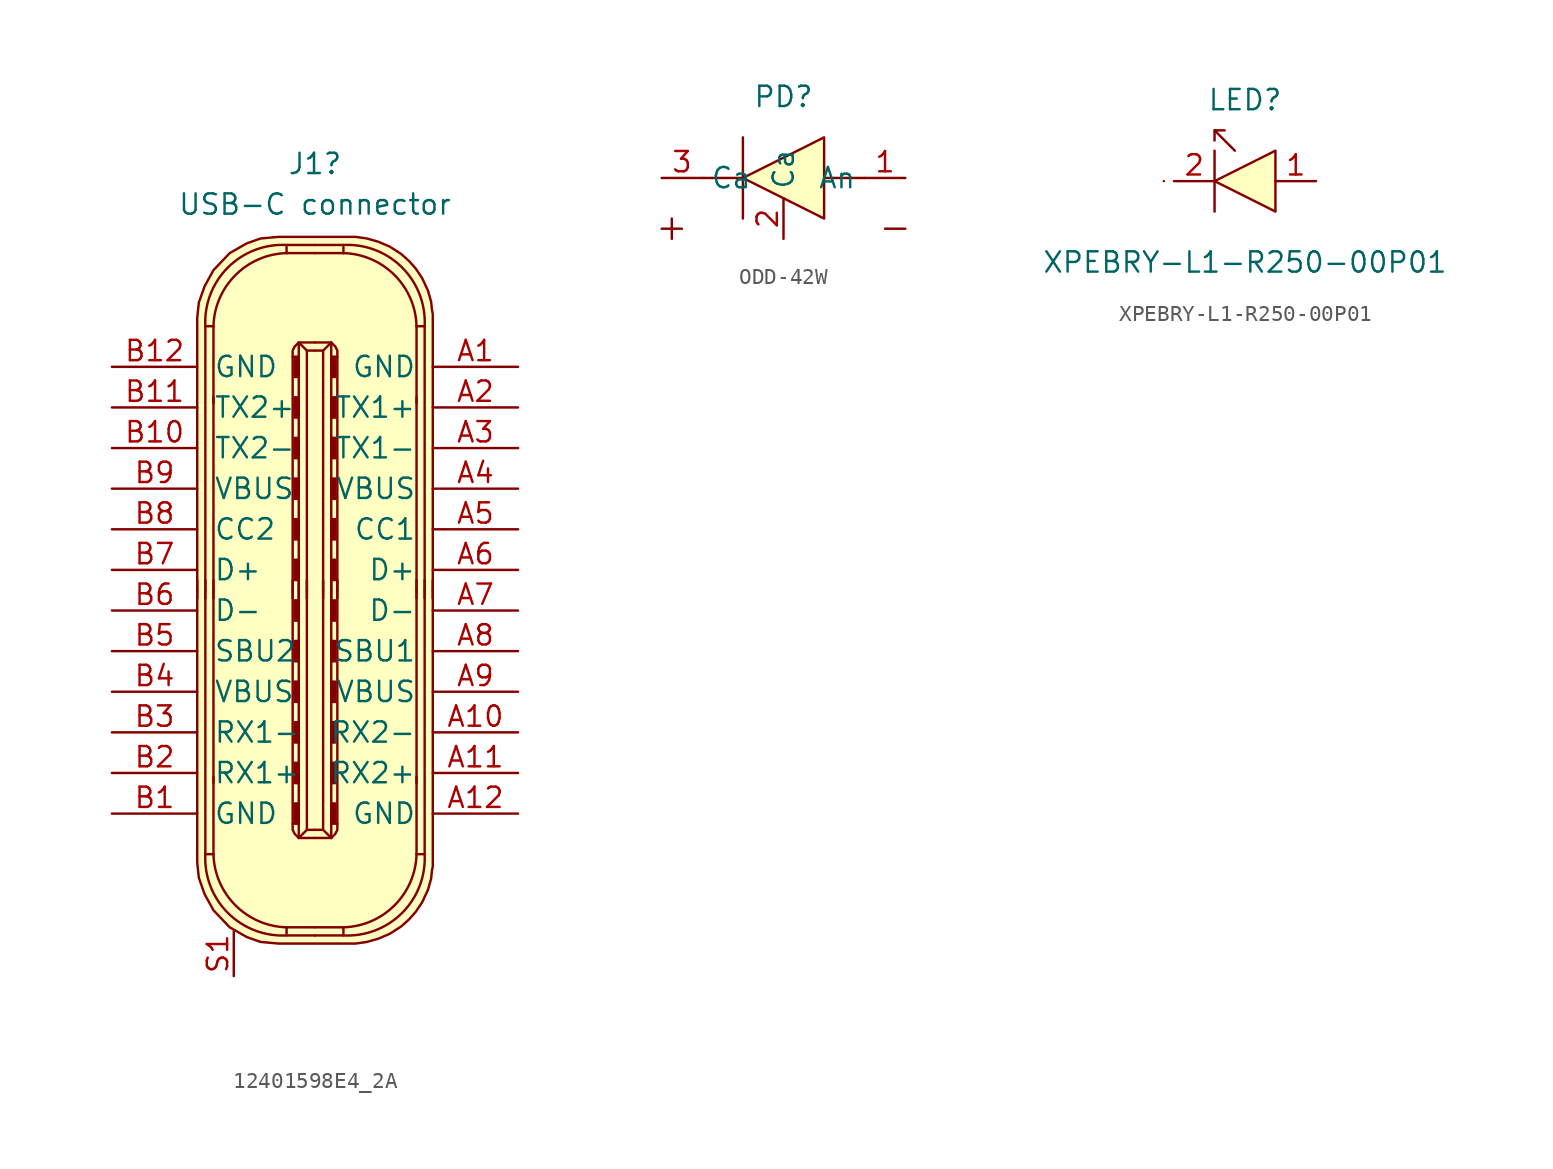
<source format=kicad_sym>
(kicad_symbol_lib
  (version 20220914)
  (generator kicad_symbol_editor)
  (symbol "12401598E4_2A"
    (pin_names
      (offset 1.016))
    (property "Reference" "J1"
      (at 0 26.67 0)
      (effects (font (size 1.27 1.27))))
    (property "Value" "USB-C connector"
      (at 0 24.13 0)
      (effects (font (size 1.27 1.27))))
    (symbol "12401598E4_2A_1_1"
      (arc (start -6.858 -16.51) (mid -5.4492 -20.1812) (end -1.778 -21.59) (stroke (width 0) (type default)) (fill (type none)))
      (arc (start -6.35 -16.51) (mid -4.9749 -19.7069) (end -1.778 -21.082) (stroke (width 0) (type default)) (fill (type none)))
      (arc (start -1.778 21.082) (mid -4.9749 19.7069) (end -6.35 16.51) (stroke (width 0) (type default)) (fill (type none)))
      (arc (start -1.778 21.59) (mid -5.4492 20.1812) (end -6.858 16.51) (stroke (width 0) (type default)) (fill (type none)))
      (rectangle (start -1.27 -14.605) (end -1.016 -13.335) (stroke (width 0) (type default)) (fill (type outline)))
      (rectangle (start -1.27 -12.065) (end -1.016 -10.795) (stroke (width 0) (type default)) (fill (type outline)))
      (rectangle (start -1.27 -9.525) (end -1.016 -8.255) (stroke (width 0) (type default)) (fill (type outline)))
      (rectangle (start -1.27 -6.985) (end -1.016 -5.715) (stroke (width 0) (type default)) (fill (type outline)))
      (rectangle (start -1.27 -4.445) (end -1.016 -3.175) (stroke (width 0) (type default)) (fill (type outline)))
      (rectangle (start -1.27 -1.905) (end -1.016 -0.635) (stroke (width 0) (type default)) (fill (type outline)))
      (rectangle (start -1.27 1.905) (end -1.016 0.635) (stroke (width 0) (type default)) (fill (type outline)))
      (rectangle (start -1.27 4.445) (end -1.016 3.175) (stroke (width 0) (type default)) (fill (type outline)))
      (rectangle (start -1.27 6.985) (end -1.016 5.715) (stroke (width 0) (type default)) (fill (type outline)))
      (rectangle (start -1.27 9.525) (end -1.016 8.255) (stroke (width 0) (type default)) (fill (type outline)))
      (rectangle (start -1.27 12.065) (end -1.016 10.795) (stroke (width 0) (type default)) (fill (type outline)))
      (rectangle (start -1.27 14.605) (end -1.016 13.335) (stroke (width 0) (type default)) (fill (type outline)))
      (polyline (pts (xy -7.366 -0.508) (xy -7.366 0.635)) (stroke (width 0) (type default)) (fill (type none)))
      (polyline (pts (xy -6.858 -0.508) (xy -6.858 0.635)) (stroke (width 0) (type default)) (fill (type none)))
      (polyline (pts (xy -6.35 -12.065) (xy -6.35 0)) (stroke (width 0) (type default)) (fill (type none)))
      (polyline (pts (xy -6.35 -0.508) (xy -6.35 0.635)) (stroke (width 0) (type default)) (fill (type none)))
      (polyline (pts (xy -6.35 12.065) (xy -6.35 0)) (stroke (width 0) (type default)) (fill (type none)))
      (polyline (pts (xy -1.778 -21.59) (xy 0 -21.59)) (stroke (width 0) (type default)) (fill (type background)))
      (polyline (pts (xy -1.778 -21.082) (xy -1.778 -21.463)) (stroke (width 0) (type default)) (fill (type none)))
      (polyline (pts (xy -1.778 -21.082) (xy 0 -21.082)) (stroke (width 0) (type default)) (fill (type none)))
      (polyline (pts (xy -1.778 21.082) (xy -1.778 21.463)) (stroke (width 0) (type default)) (fill (type none)))
      (polyline (pts (xy -1.778 21.082) (xy 0 21.082)) (stroke (width 0) (type default)) (fill (type none)))
      (polyline (pts (xy -1.778 21.59) (xy 0 21.59)) (stroke (width 0) (type default)) (fill (type background)))
      (polyline (pts (xy -1.397 -0.508) (xy -1.397 0.635)) (stroke (width 0) (type default)) (fill (type none)))
      (polyline (pts (xy -1.397 0) (xy -1.397 -14.605)) (stroke (width 0) (type default)) (fill (type none)))
      (polyline (pts (xy -1.397 0) (xy -1.397 14.605)) (stroke (width 0) (type default)) (fill (type none)))
      (polyline (pts (xy -1.016 -0.508) (xy -1.016 0.635)) (stroke (width 0) (type default)) (fill (type none)))
      (polyline (pts (xy -0.508 -14.986) (xy -1.016 -15.494)) (stroke (width 0) (type default)) (fill (type none)))
      (polyline (pts (xy -0.508 -0.508) (xy -0.508 0.635)) (stroke (width 0) (type default)) (fill (type none)))
      (polyline (pts (xy -0.508 14.986) (xy -1.016 15.494)) (stroke (width 0) (type default)) (fill (type none)))
      (polyline (pts (xy 0.508 -14.986) (xy 1.016 -15.494)) (stroke (width 0) (type default)) (fill (type none)))
      (polyline (pts (xy 0.508 -0.508) (xy 0.508 0.635)) (stroke (width 0) (type default)) (fill (type none)))
      (polyline (pts (xy 0.508 14.986) (xy 1.016 15.494)) (stroke (width 0) (type default)) (fill (type none)))
      (polyline (pts (xy 1.016 -0.508) (xy 1.016 0.635)) (stroke (width 0) (type default)) (fill (type none)))
      (polyline (pts (xy 1.397 -0.508) (xy 1.397 0.635)) (stroke (width 0) (type default)) (fill (type none)))
      (polyline (pts (xy 1.397 0) (xy 1.397 -14.605)) (stroke (width 0) (type default)) (fill (type none)))
      (polyline (pts (xy 1.397 0) (xy 1.397 14.605)) (stroke (width 0) (type default)) (fill (type none)))
      (polyline (pts (xy 1.778 -21.59) (xy 0 -21.59)) (stroke (width 0) (type default)) (fill (type background)))
      (polyline (pts (xy 1.778 -21.082) (xy 0 -21.082)) (stroke (width 0) (type default)) (fill (type none)))
      (polyline (pts (xy 1.778 -21.082) (xy 1.778 -21.463)) (stroke (width 0) (type default)) (fill (type none)))
      (polyline (pts (xy 1.778 21.082) (xy 0 21.082)) (stroke (width 0) (type default)) (fill (type none)))
      (polyline (pts (xy 1.778 21.082) (xy 1.778 21.463)) (stroke (width 0) (type default)) (fill (type none)))
      (polyline (pts (xy 1.778 21.59) (xy 0 21.59)) (stroke (width 0) (type default)) (fill (type background)))
      (polyline (pts (xy 6.35 -12.065) (xy 6.35 0)) (stroke (width 0) (type default)) (fill (type none)))
      (polyline (pts (xy 6.35 -0.508) (xy 6.35 0.635)) (stroke (width 0) (type default)) (fill (type none)))
      (polyline (pts (xy 6.35 12.065) (xy 6.35 0)) (stroke (width 0) (type default)) (fill (type none)))
      (polyline (pts (xy 6.858 -0.508) (xy 6.858 0.635)) (stroke (width 0) (type default)) (fill (type none)))
      (polyline (pts (xy 7.366 -0.508) (xy 7.366 0.635)) (stroke (width 0) (type default)) (fill (type none)))
      (polyline (pts (xy -6.35 -16.51) (xy -6.858 -16.51) (xy -6.858 0)) (stroke (width 0) (type default)) (fill (type none)))
      (polyline (pts (xy -6.35 -11.684) (xy -6.35 -15.875) (xy -6.35 -16.51)) (stroke (width 0) (type default)) (fill (type none)))
      (polyline (pts (xy -6.35 11.684) (xy -6.35 15.875) (xy -6.35 16.51)) (stroke (width 0) (type default)) (fill (type none)))
      (polyline (pts (xy -6.35 16.51) (xy -6.858 16.51) (xy -6.858 0)) (stroke (width 0) (type default)) (fill (type none)))
      (polyline (pts (xy -1.016 0) (xy -1.016 -15.494) (xy 0 -15.494)) (stroke (width 0) (type default)) (fill (type none)))
      (polyline (pts (xy -1.016 0) (xy -1.016 15.494) (xy 0 15.494)) (stroke (width 0) (type default)) (fill (type none)))
      (polyline (pts (xy -0.508 0) (xy -0.508 -14.986) (xy 0 -14.986)) (stroke (width 0) (type default)) (fill (type none)))
      (polyline (pts (xy -0.508 0) (xy -0.508 14.986) (xy 0 14.986)) (stroke (width 0) (type default)) (fill (type none)))
      (polyline (pts (xy 0.508 0) (xy 0.508 -14.986) (xy 0 -14.986)) (stroke (width 0) (type default)) (fill (type none)))
      (polyline (pts (xy 0.508 0) (xy 0.508 14.986) (xy 0 14.986)) (stroke (width 0) (type default)) (fill (type none)))
      (polyline (pts (xy 1.016 0) (xy 1.016 -15.494) (xy 0 -15.494)) (stroke (width 0) (type default)) (fill (type none)))
      (polyline (pts (xy 1.016 0) (xy 1.016 15.494) (xy 0 15.494)) (stroke (width 0) (type default)) (fill (type none)))
      (polyline (pts (xy 6.35 -16.51) (xy 6.858 -16.51) (xy 6.858 0)) (stroke (width 0) (type default)) (fill (type none)))
      (polyline (pts (xy 6.35 -11.684) (xy 6.35 -15.875) (xy 6.35 -16.51)) (stroke (width 0) (type default)) (fill (type none)))
      (polyline (pts (xy 6.35 11.684) (xy 6.35 15.875) (xy 6.35 16.51)) (stroke (width 0) (type default)) (fill (type none)))
      (polyline (pts (xy 6.35 16.51) (xy 6.858 16.51) (xy 6.858 0)) (stroke (width 0) (type default)) (fill (type none)))
      (polyline (pts (xy -1.397 -14.605) (xy -1.397 -14.986) (xy -1.27 -15.24) (xy -1.016 -15.494)) (stroke (width 0) (type default)) (fill (type none)))
      (polyline (pts (xy -1.397 14.605) (xy -1.397 14.986) (xy -1.27 15.24) (xy -1.016 15.494)) (stroke (width 0) (type default)) (fill (type none)))
      (polyline (pts (xy 1.397 -14.605) (xy 1.397 -14.986) (xy 1.27 -15.24) (xy 1.016 -15.494)) (stroke (width 0) (type default)) (fill (type none)))
      (polyline (pts (xy 1.397 14.605) (xy 1.397 14.986) (xy 1.27 15.24) (xy 1.016 15.494)) (stroke (width 0) (type default)) (fill (type none)))
      (polyline (pts (xy 7.366 0) (xy 7.366 -17.018) (xy 7.366 -17.272) (xy 7.315 -17.526) (xy 7.264 -18.034) (xy 7.061 -18.745) (xy 6.706 -19.507) (xy 6.299 -20.117) (xy 5.893 -20.574) (xy 5.385 -21.031) (xy 4.674 -21.488) (xy 3.962 -21.793) (xy 3.251 -21.996) (xy 2.54 -22.098) (xy -2.286 -22.098) (xy -3.404 -21.996) (xy -4.267 -21.692) (xy -5.334 -21.082) (xy -6.35 -20.015) (xy -6.909 -18.999) (xy -7.264 -17.983) (xy -7.315 -17.526) (xy -7.366 -17.018) (xy -7.366 0)) (stroke (width 0) (type default)) (fill (type background)))
      (polyline (pts (xy 7.366 0) (xy 7.366 17.018) (xy 7.366 17.272) (xy 7.315 17.526) (xy 7.264 18.034) (xy 7.061 18.745) (xy 6.706 19.507) (xy 6.299 20.117) (xy 5.893 20.574) (xy 5.385 21.031) (xy 4.674 21.488) (xy 3.962 21.793) (xy 3.251 21.996) (xy 2.54 22.098) (xy -2.286 22.098) (xy -3.404 21.996) (xy -4.267 21.692) (xy -5.334 21.082) (xy -6.35 20.015) (xy -6.909 18.999) (xy -7.264 17.983) (xy -7.315 17.526) (xy -7.366 17.018) (xy -7.366 0)) (stroke (width 0) (type default)) (fill (type background)))
      (rectangle (start 1.27 -14.605) (end 1.016 -13.335) (stroke (width 0) (type default)) (fill (type outline)))
      (rectangle (start 1.27 -12.065) (end 1.016 -10.795) (stroke (width 0) (type default)) (fill (type outline)))
      (rectangle (start 1.27 -9.525) (end 1.016 -8.255) (stroke (width 0) (type default)) (fill (type outline)))
      (rectangle (start 1.27 -6.985) (end 1.016 -5.715) (stroke (width 0) (type default)) (fill (type outline)))
      (rectangle (start 1.27 -4.445) (end 1.016 -3.175) (stroke (width 0) (type default)) (fill (type outline)))
      (rectangle (start 1.27 -1.905) (end 1.016 -0.635) (stroke (width 0) (type default)) (fill (type outline)))
      (rectangle (start 1.27 1.905) (end 1.016 0.635) (stroke (width 0) (type default)) (fill (type outline)))
      (rectangle (start 1.27 4.445) (end 1.016 3.175) (stroke (width 0) (type default)) (fill (type outline)))
      (rectangle (start 1.27 6.985) (end 1.016 5.715) (stroke (width 0) (type default)) (fill (type outline)))
      (rectangle (start 1.27 9.525) (end 1.016 8.255) (stroke (width 0) (type default)) (fill (type outline)))
      (rectangle (start 1.27 12.065) (end 1.016 10.795) (stroke (width 0) (type default)) (fill (type outline)))
      (rectangle (start 1.27 14.605) (end 1.016 13.335) (stroke (width 0) (type default)) (fill (type outline)))
      (arc (start 1.778 -21.59) (mid 5.4492 -20.1812) (end 6.858 -16.51) (stroke (width 0) (type default)) (fill (type none)))
      (arc (start 1.778 -21.082) (mid 4.9749 -19.7069) (end 6.35 -16.51) (stroke (width 0) (type default)) (fill (type none)))
      (arc (start 6.35 16.51) (mid 4.9749 19.7069) (end 1.778 21.082) (stroke (width 0) (type default)) (fill (type none)))
      (arc (start 6.858 16.51) (mid 5.4492 20.1812) (end 1.778 21.59) (stroke (width 0) (type default)) (fill (type none)))
      (pin passive line (at 12.7 13.97 180) (length 5.334) (name "GND" (effects (font (size 1.27 1.27)))) (number "A1" (effects (font (size 1.27 1.27)))))
      (pin passive line (at 12.7 -8.89 180) (length 5.334) (name "RX2-" (effects (font (size 1.27 1.27)))) (number "A10" (effects (font (size 1.27 1.27)))))
      (pin passive line (at 12.7 -11.43 180) (length 5.334) (name "RX2+" (effects (font (size 1.27 1.27)))) (number "A11" (effects (font (size 1.27 1.27)))))
      (pin passive line (at 12.7 -13.97 180) (length 5.334) (name "GND" (effects (font (size 1.27 1.27)))) (number "A12" (effects (font (size 1.27 1.27)))))
      (pin passive line (at 12.7 11.43 180) (length 5.334) (name "TX1+" (effects (font (size 1.27 1.27)))) (number "A2" (effects (font (size 1.27 1.27)))))
      (pin passive line (at 12.7 8.89 180) (length 5.334) (name "TX1-" (effects (font (size 1.27 1.27)))) (number "A3" (effects (font (size 1.27 1.27)))))
      (pin passive line (at 12.7 6.35 180) (length 5.334) (name "VBUS" (effects (font (size 1.27 1.27)))) (number "A4" (effects (font (size 1.27 1.27)))))
      (pin passive line (at 12.7 3.81 180) (length 5.334) (name "CC1" (effects (font (size 1.27 1.27)))) (number "A5" (effects (font (size 1.27 1.27)))))
      (pin passive line (at 12.7 1.27 180) (length 5.334) (name "D+" (effects (font (size 1.27 1.27)))) (number "A6" (effects (font (size 1.27 1.27)))))
      (pin passive line (at 12.7 -1.27 180) (length 5.334) (name "D-" (effects (font (size 1.27 1.27)))) (number "A7" (effects (font (size 1.27 1.27)))))
      (pin passive line (at 12.7 -3.81 180) (length 5.334) (name "SBU1" (effects (font (size 1.27 1.27)))) (number "A8" (effects (font (size 1.27 1.27)))))
      (pin passive line (at 12.7 -6.35 180) (length 5.334) (name "VBUS" (effects (font (size 1.27 1.27)))) (number "A9" (effects (font (size 1.27 1.27)))))
      (pin passive line (at -12.7 -13.97 0) (length 5.334) (name "GND" (effects (font (size 1.27 1.27)))) (number "B1" (effects (font (size 1.27 1.27)))))
      (pin passive line (at -12.7 8.89 0) (length 5.334) (name "TX2-" (effects (font (size 1.27 1.27)))) (number "B10" (effects (font (size 1.27 1.27)))))
      (pin passive line (at -12.7 11.43 0) (length 5.334) (name "TX2+" (effects (font (size 1.27 1.27)))) (number "B11" (effects (font (size 1.27 1.27)))))
      (pin passive line (at -12.7 13.97 0) (length 5.334) (name "GND" (effects (font (size 1.27 1.27)))) (number "B12" (effects (font (size 1.27 1.27)))))
      (pin passive line (at -12.7 -11.43 0) (length 5.334) (name "RX1+" (effects (font (size 1.27 1.27)))) (number "B2" (effects (font (size 1.27 1.27)))))
      (pin passive line (at -12.7 -8.89 0) (length 5.334) (name "RX1-" (effects (font (size 1.27 1.27)))) (number "B3" (effects (font (size 1.27 1.27)))))
      (pin passive line (at -12.7 -6.35 0) (length 5.334) (name "VBUS" (effects (font (size 1.27 1.27)))) (number "B4" (effects (font (size 1.27 1.27)))))
      (pin passive line (at -12.7 -3.81 0) (length 5.334) (name "SBU2" (effects (font (size 1.27 1.27)))) (number "B5" (effects (font (size 1.27 1.27)))))
      (pin passive line (at -12.7 -1.27 0) (length 5.334) (name "D-" (effects (font (size 1.27 1.27)))) (number "B6" (effects (font (size 1.27 1.27)))))
      (pin passive line (at -12.7 1.27 0) (length 5.334) (name "D+" (effects (font (size 1.27 1.27)))) (number "B7" (effects (font (size 1.27 1.27)))))
      (pin passive line (at -12.7 3.81 0) (length 5.334) (name "CC2" (effects (font (size 1.27 1.27)))) (number "B8" (effects (font (size 1.27 1.27)))))
      (pin passive line (at -12.7 6.35 0) (length 5.334) (name "VBUS" (effects (font (size 1.27 1.27)))) (number "B9" (effects (font (size 1.27 1.27)))))
      (pin input line (at -5.08 -24.13 90) (length 2.794) (name "~" (effects (font (size 1.27 1.27)))) (number "S1" (effects (font (size 1.27 1.27)))))))
  (symbol "ODD-42W"
    (property "Reference" "PD"
      (at 0 5.08 0)
      (effects (font (size 1.27 1.27))))
    (property "Value" ""
      (at 0 0 0)
      (effects (font (size 1.27 1.27))))
    (symbol "ODD-42W_1_1"
      (polyline (pts (xy -2.54 2.54) (xy -2.54 -2.54)) (stroke (width 0) (type default)) (fill (type none)))
      (polyline (pts (xy 2.54 0) (xy 5.08 0)) (stroke (width 0) (type default)) (fill (type none)))
      (polyline (pts (xy 6.35 -3.175) (xy 7.62 -3.175)) (stroke (width 0) (type default)) (fill (type none)))
      (polyline (pts (xy -7.62 -3.175) (xy -6.35 -3.175) (xy -6.985 -3.175) (xy -6.985 -3.81) (xy -6.985 -2.54)) (stroke (width 0) (type default)) (fill (type none)))
      (polyline (pts (xy -2.54 0) (xy 2.54 2.54) (xy 2.54 -2.54) (xy -2.54 0) (xy -5.08 0)) (stroke (width 0) (type default)) (fill (type background)))
      (pin unspecified line (at 7.62 0 180) (length 2.54) (name "An" (effects (font (size 1.27 1.27)))) (number "1" (effects (font (size 1.27 1.27)))))
      (pin unspecified line (at 0 -3.81 90) (length 2.54) (name "Ca" (effects (font (size 1.27 1.27)))) (number "2" (effects (font (size 1.27 1.27)))))
      (pin unspecified line (at -7.62 0 0) (length 2.54) (name "Ca" (effects (font (size 1.27 1.27)))) (number "3" (effects (font (size 1.27 1.27)))))))
  (symbol "XPEBRY-L1-R250-00P01"
    (property "Reference" "LED"
      (at 0 5.08 0)
      (effects (font (size 1.27 1.27))))
    (property "Value" "XPEBRY-L1-R250-00P01"
      (at 0 -5.08 0)
      (effects (font (size 1.27 1.27))))
    (symbol "XPEBRY-L1-R250-00P01_0_1"
      (polyline (pts (xy -5.08 0) (xy -5.08 0)) (stroke (width 0) (type default)) (fill (type none)))
      (polyline (pts (xy -1.905 -1.905) (xy -1.905 1.905)) (stroke (width 0) (type default)) (fill (type none)))
      (polyline (pts (xy -0.635 1.905) (xy -1.905 3.175)) (stroke (width 0) (type default)) (fill (type none)))
      (polyline (pts (xy -1.905 2.54) (xy -1.905 3.175) (xy -1.27 3.175)) (stroke (width 0) (type default)) (fill (type none)))
      (polyline (pts (xy 1.905 1.905) (xy 1.905 -1.905) (xy -1.905 0) (xy 1.905 1.905)) (stroke (width 0) (type default)) (fill (type background))))
    (symbol "XPEBRY-L1-R250-00P01_1_1"
      (pin passive line (at 4.445 0 180) (length 2.54) (name "" (effects (font (size 1.27 1.27)))) (number "1" (effects (font (size 1.27 1.27)))))
      (pin passive line (at -4.445 0 0) (length 2.54) (name "" (effects (font (size 1.27 1.27)))) (number "2" (effects (font (size 1.27 1.27))))))))
</source>
